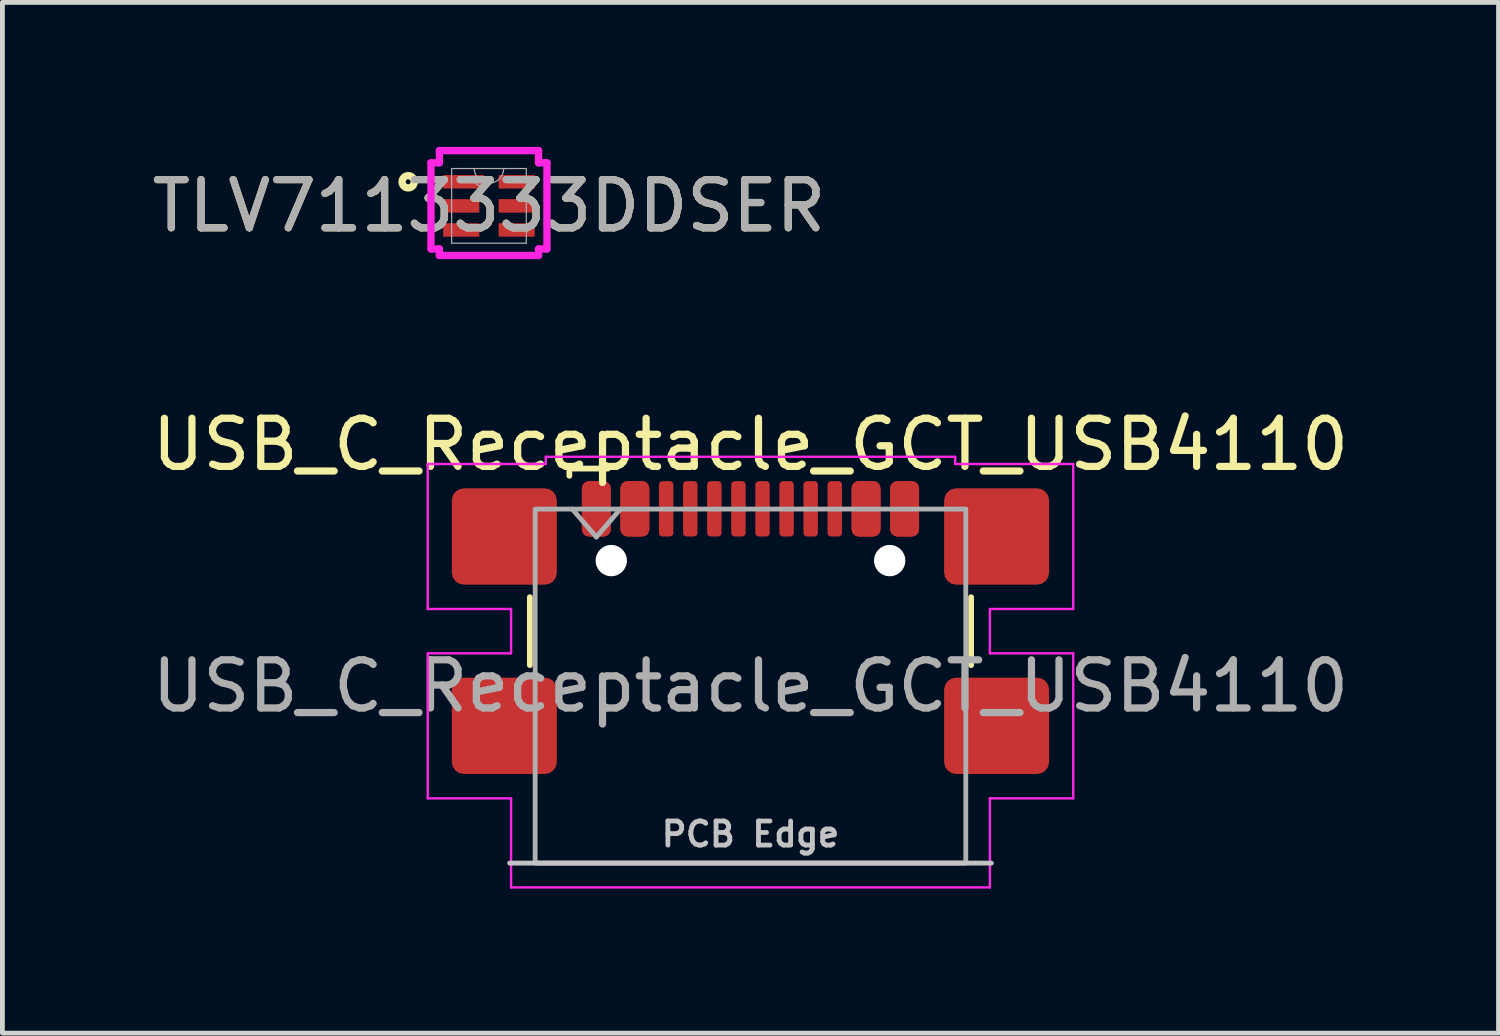
<source format=kicad_pcb>
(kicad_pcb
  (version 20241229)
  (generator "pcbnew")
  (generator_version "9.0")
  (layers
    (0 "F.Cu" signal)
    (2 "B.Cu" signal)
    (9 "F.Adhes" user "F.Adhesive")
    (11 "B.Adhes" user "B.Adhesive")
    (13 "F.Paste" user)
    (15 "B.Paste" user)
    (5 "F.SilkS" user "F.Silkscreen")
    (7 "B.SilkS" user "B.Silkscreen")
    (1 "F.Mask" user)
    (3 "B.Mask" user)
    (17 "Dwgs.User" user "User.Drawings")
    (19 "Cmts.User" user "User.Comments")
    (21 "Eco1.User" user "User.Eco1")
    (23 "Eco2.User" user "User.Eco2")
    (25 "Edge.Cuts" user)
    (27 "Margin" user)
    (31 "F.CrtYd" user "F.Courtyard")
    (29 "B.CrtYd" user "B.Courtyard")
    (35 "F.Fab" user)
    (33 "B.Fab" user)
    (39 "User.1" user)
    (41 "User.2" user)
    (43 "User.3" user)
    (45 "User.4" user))
  (footprint "USB_C_Receptacle_GCT_USB4110"
    (layer "F.Cu")
    (at 12.53 11.193)
    (property "Reference" "USB_C_Receptacle_GCT_USB4110" (at 0 -5.015 0) (unlocked yes) (layer "F.SilkS") (effects (font (size 1 1) (thickness 0.15))))
    (attr smd)
    (fp_line (start -4.58 -0.435) (end -4.58 -1.845) (stroke (width 0.12) (type default)) (layer "F.SilkS"))
    (fp_line (start -3.76 -4.515) (end -3.76 -4.365) (stroke (width 0.12) (type default)) (layer "F.SilkS"))
    (fp_line (start -2.96 -4.515) (end -3.76 -4.515) (stroke (width 0.12) (type default)) (layer "F.SilkS"))
    (fp_line (start 4.58 -0.435) (end 4.58 -1.845) (stroke (width 0.12) (type default)) (layer "F.SilkS"))
    (fp_line (start -5 3.675) (end 5 3.675) (stroke (width 0.1) (type default)) (layer "Dwgs.User"))
    (fp_line (start -6.7 -4.61) (end -4.25 -4.61) (stroke (width 0.05) (type default)) (layer "F.CrtYd"))
    (fp_line (start -6.7 -1.6) (end -6.7 -4.61) (stroke (width 0.05) (type default)) (layer "F.CrtYd"))
    (fp_line (start -6.7 -0.68) (end -4.97 -0.68) (stroke (width 0.05) (type default)) (layer "F.CrtYd"))
    (fp_line (start -6.7 2.33) (end -6.7 -0.68) (stroke (width 0.05) (type default)) (layer "F.CrtYd"))
    (fp_line (start -4.97 -1.6) (end -6.7 -1.6) (stroke (width 0.05) (type default)) (layer "F.CrtYd"))
    (fp_line (start -4.97 -0.68) (end -4.97 -1.6) (stroke (width 0.05) (type default)) (layer "F.CrtYd"))
    (fp_line (start -4.97 2.33) (end -6.7 2.33) (stroke (width 0.05) (type default)) (layer "F.CrtYd"))
    (fp_line (start -4.97 4.18) (end -4.97 2.33) (stroke (width 0.05) (type default)) (layer "F.CrtYd"))
    (fp_line (start -4.25 -4.76) (end 4.25 -4.76) (stroke (width 0.05) (type default)) (layer "F.CrtYd"))
    (fp_line (start -4.25 -4.61) (end -4.25 -4.76) (stroke (width 0.05) (type default)) (layer "F.CrtYd"))
    (fp_line (start 4.25 -4.76) (end 4.25 -4.61) (stroke (width 0.05) (type default)) (layer "F.CrtYd"))
    (fp_line (start 4.25 -4.61) (end 6.7 -4.61) (stroke (width 0.05) (type default)) (layer "F.CrtYd"))
    (fp_line (start 4.97 -1.6) (end 4.97 -0.68) (stroke (width 0.05) (type default)) (layer "F.CrtYd"))
    (fp_line (start 4.97 -0.68) (end 6.7 -0.68) (stroke (width 0.05) (type default)) (layer "F.CrtYd"))
    (fp_line (start 4.97 2.33) (end 4.97 4.18) (stroke (width 0.05) (type default)) (layer "F.CrtYd"))
    (fp_line (start 4.97 4.18) (end -4.97 4.18) (stroke (width 0.05) (type default)) (layer "F.CrtYd"))
    (fp_line (start 6.7 -4.61) (end 6.7 -1.6) (stroke (width 0.05) (type default)) (layer "F.CrtYd"))
    (fp_line (start 6.7 -1.6) (end 4.97 -1.6) (stroke (width 0.05) (type default)) (layer "F.CrtYd"))
    (fp_line (start 6.7 -0.68) (end 6.7 2.33) (stroke (width 0.05) (type default)) (layer "F.CrtYd"))
    (fp_line (start 6.7 2.33) (end 4.97 2.33) (stroke (width 0.05) (type default)) (layer "F.CrtYd"))
    (fp_line (start -3.7 -3.675) (end -3.2 -3.095) (stroke (width 0.1) (type default)) (layer "F.Fab"))
    (fp_line (start -3.2 -3.095) (end -2.7 -3.675) (stroke (width 0.1) (type default)) (layer "F.Fab"))
    (fp_rect (start -4.47 -3.675) (end 4.47 3.675) (stroke (width 0.1) (type default)) (fill no) (layer "F.Fab"))
    (fp_text user "PCB Edge" (at 0 3.075 0) (unlocked yes) (layer "Dwgs.User") (effects (font (size 0.5 0.5) (thickness 0.1) (bold yes))))
    (fp_text user "${REFERENCE}" (at 0 0 0) (unlocked yes) (layer "F.Fab") (effects (font (size 1 1) (thickness 0.15))))
    (pad "" np_thru_hole circle (at -2.89 -2.605) (size 0.65 0.65) (drill 0.65) (layers "*.Cu" "*.Mask"))
    (pad "" np_thru_hole circle (at 2.89 -2.605) (size 0.65 0.65) (drill 0.65) (layers "*.Cu" "*.Mask"))
    (pad "A1" smd roundrect (at -3.2 -3.68) (size 0.6 1.15) (layers "F.Cu" "F.Mask" "F.Paste") (roundrect_rratio 0.25))
    (pad "A4" smd roundrect (at -2.4 -3.68) (size 0.6 1.15) (layers "F.Cu" "F.Mask" "F.Paste") (roundrect_rratio 0.25))
    (pad "A5" smd roundrect (at -1.25 -3.68) (size 0.3 1.15) (layers "F.Cu" "F.Mask" "F.Paste") (roundrect_rratio 0.25))
    (pad "A6" smd roundrect (at -0.25 -3.68) (size 0.3 1.15) (layers "F.Cu" "F.Mask" "F.Paste") (roundrect_rratio 0.25))
    (pad "A7" smd roundrect (at 0.25 -3.68) (size 0.3 1.15) (layers "F.Cu" "F.Mask" "F.Paste") (roundrect_rratio 0.25))
    (pad "A8" smd roundrect (at 1.25 -3.68) (size 0.3 1.15) (layers "F.Cu" "F.Mask" "F.Paste") (roundrect_rratio 0.25))
    (pad "A9" smd roundrect (at 2.4 -3.68) (size 0.6 1.15) (layers "F.Cu" "F.Mask" "F.Paste") (roundrect_rratio 0.25))
    (pad "A12" smd roundrect (at 3.2 -3.68) (size 0.6 1.15) (layers "F.Cu" "F.Mask" "F.Paste") (roundrect_rratio 0.25))
    (pad "B1" smd roundrect (at 3.2 -3.68) (size 0.6 1.15) (layers "F.Cu" "F.Mask" "F.Paste") (roundrect_rratio 0.25))
    (pad "B4" smd roundrect (at 2.4 -3.68) (size 0.6 1.15) (layers "F.Cu" "F.Mask" "F.Paste") (roundrect_rratio 0.25))
    (pad "B5" smd roundrect (at 1.75 -3.68) (size 0.3 1.15) (layers "F.Cu" "F.Mask" "F.Paste") (roundrect_rratio 0.25))
    (pad "B6" smd roundrect (at 0.75 -3.68) (size 0.3 1.15) (layers "F.Cu" "F.Mask" "F.Paste") (roundrect_rratio 0.25))
    (pad "B7" smd roundrect (at -0.75 -3.68) (size 0.3 1.15) (layers "F.Cu" "F.Mask" "F.Paste") (roundrect_rratio 0.25))
    (pad "B8" smd roundrect (at -1.75 -3.68) (size 0.3 1.15) (layers "F.Cu" "F.Mask" "F.Paste") (roundrect_rratio 0.25))
    (pad "B9" smd roundrect (at -2.4 -3.68) (size 0.6 1.15) (layers "F.Cu" "F.Mask" "F.Paste") (roundrect_rratio 0.25))
    (pad "B12" smd roundrect (at -3.2 -3.68) (size 0.6 1.15) (layers "F.Cu" "F.Mask" "F.Paste") (roundrect_rratio 0.25))
    (pad "S1" smd roundrect (at -5.11 -3.105) (size 2.18 2) (layers "F.Cu" "F.Mask" "F.Paste") (roundrect_rratio 0.125))
    (pad "S1" smd roundrect (at -5.11 0.825) (size 2.18 2) (layers "F.Cu" "F.Mask" "F.Paste") (roundrect_rratio 0.125))
    (pad "S1" smd roundrect (at 5.11 -3.105) (size 2.18 2) (layers "F.Cu" "F.Mask" "F.Paste") (roundrect_rratio 0.125))
    (pad "S1" smd roundrect (at 5.11 0.825) (size 2.18 2) (layers "F.Cu" "F.Mask" "F.Paste") (roundrect_rratio 0.125)))
  (footprint "TLV7113333DDSER"
    (layer "F.Cu")
    (at 7.101 1.224)
    (property "Reference" "TLV7113333DDSER" (at 0 0 0) (unlocked yes) (layer "F.SilkS") (effects (font (size 1 1) (thickness 0.15))))
    (attr smd)
    (fp_circle (center -1.677 -0.5) (end -1.55 -0.5) (stroke (width 0.152) (type solid)) (fill no) (layer "F.SilkS"))
    (fp_line (start -1.204 -0.894) (end -1.029 -0.894) (stroke (width 0.152) (type solid)) (layer "F.CrtYd"))
    (fp_line (start -1.204 0.894) (end -1.204 -0.894) (stroke (width 0.152) (type solid)) (layer "F.CrtYd"))
    (fp_line (start -1.204 0.894) (end -1.029 0.894) (stroke (width 0.152) (type solid)) (layer "F.CrtYd"))
    (fp_line (start -1.029 -1.148) (end 1.029 -1.148) (stroke (width 0.152) (type solid)) (layer "F.CrtYd"))
    (fp_line (start -1.029 -0.894) (end -1.029 -1.148) (stroke (width 0.152) (type solid)) (layer "F.CrtYd"))
    (fp_line (start -1.029 1.029) (end -1.029 0.894) (stroke (width 0.152) (type solid)) (layer "F.CrtYd"))
    (fp_line (start 1.029 -1.148) (end 1.029 -0.894) (stroke (width 0.152) (type solid)) (layer "F.CrtYd"))
    (fp_line (start 1.029 0.894) (end 1.029 1.029) (stroke (width 0.152) (type solid)) (layer "F.CrtYd"))
    (fp_line (start 1.029 1.029) (end -1.029 1.029) (stroke (width 0.152) (type solid)) (layer "F.CrtYd"))
    (fp_line (start 1.204 -0.894) (end 1.029 -0.894) (stroke (width 0.152) (type solid)) (layer "F.CrtYd"))
    (fp_line (start 1.204 -0.894) (end 1.204 0.894) (stroke (width 0.152) (type solid)) (layer "F.CrtYd"))
    (fp_line (start 1.204 0.894) (end 1.029 0.894) (stroke (width 0.152) (type solid)) (layer "F.CrtYd"))
    (fp_line (start -0.775 -0.775) (end -0.775 0.775) (stroke (width 0.025) (type solid)) (layer "F.Fab"))
    (fp_line (start -0.775 0.775) (end 0.775 0.775) (stroke (width 0.025) (type solid)) (layer "F.Fab"))
    (fp_line (start 0.775 -0.775) (end -0.775 -0.775) (stroke (width 0.025) (type solid)) (layer "F.Fab"))
    (fp_line (start 0.775 0.775) (end 0.775 -0.775) (stroke (width 0.025) (type solid)) (layer "F.Fab"))
    (fp_arc (start 0.3048 -0.775) (mid 0 -0.4702) (end -0.3048 -0.775) (stroke (width 0.0254) (type solid)) (layer "F.Fab"))
    (fp_circle (center -0.2 -0.5) (end -0.124 -0.5) (stroke (width 0.025) (type solid)) (fill no) (layer "F.Fab"))
    (fp_text user "${REFERENCE}" (at 0 0 0) (unlocked yes) (layer "F.Fab") (effects (font (size 1 1) (thickness 0.15))))
    (pad "1" smd rect (at -0.525 -0.5) (size 0.85 0.28) (layers "F.Cu" "F.Mask" "F.Paste"))
    (pad "2" smd rect (at -0.575 0) (size 0.75 0.28) (layers "F.Cu" "F.Mask" "F.Paste"))
    (pad "3" smd rect (at -0.575 0.5) (size 0.75 0.28) (layers "F.Cu" "F.Mask" "F.Paste"))
    (pad "4" smd rect (at 0.575 0.5) (size 0.75 0.28) (layers "F.Cu" "F.Mask" "F.Paste"))
    (pad "5" smd rect (at 0.575 0) (size 0.75 0.28) (layers "F.Cu" "F.Mask" "F.Paste"))
    (pad "6" smd rect (at 0.575 -0.5) (size 0.75 0.28) (layers "F.Cu" "F.Mask" "F.Paste")))
  (gr_rect
    (start -3 -3)
    (end 28.06 18.398)
    (stroke (width 0.1) (type default))
    (fill no)
    (layer "Edge.Cuts")))
</source>
